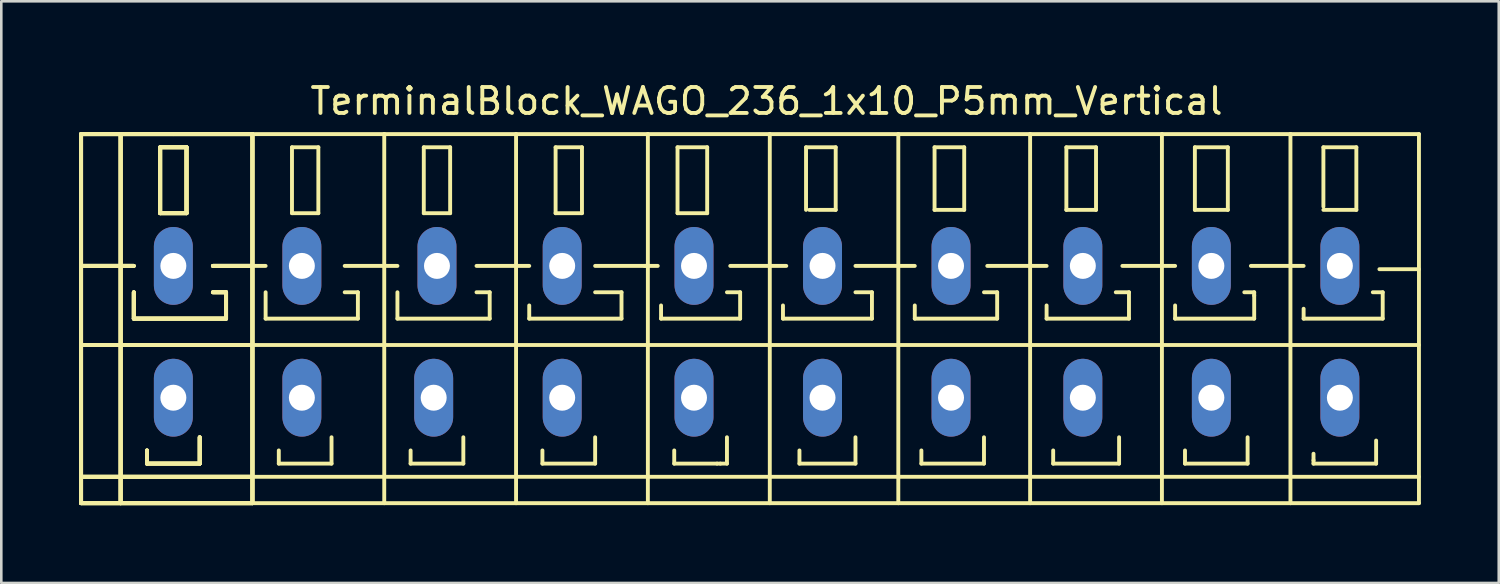
<source format=kicad_pcb>
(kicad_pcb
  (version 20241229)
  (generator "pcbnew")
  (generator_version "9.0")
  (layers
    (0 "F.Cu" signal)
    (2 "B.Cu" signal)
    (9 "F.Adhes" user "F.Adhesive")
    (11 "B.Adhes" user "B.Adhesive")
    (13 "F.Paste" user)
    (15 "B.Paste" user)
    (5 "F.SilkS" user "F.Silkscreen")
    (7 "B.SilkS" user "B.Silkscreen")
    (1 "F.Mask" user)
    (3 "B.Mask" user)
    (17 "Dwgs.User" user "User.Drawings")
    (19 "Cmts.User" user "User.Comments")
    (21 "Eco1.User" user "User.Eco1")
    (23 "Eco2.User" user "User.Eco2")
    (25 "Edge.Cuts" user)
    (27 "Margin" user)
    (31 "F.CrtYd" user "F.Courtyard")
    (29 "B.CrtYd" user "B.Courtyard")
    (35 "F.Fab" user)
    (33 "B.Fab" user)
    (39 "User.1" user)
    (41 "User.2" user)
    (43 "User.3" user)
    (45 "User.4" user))
  (footprint "TerminalBlock_WAGO_236_1x10_P5mm_Vertical"
    (layer "F.Cu")
    (at 26.491 9.738)
    (property "Reference" "TerminalBlock_WAGO_236_1x10_P5mm_Vertical" (at 0 -8.89 0) (layer "F.SilkS") (effects (font (size 1 1) (thickness 0.15))))
    (attr through_hole)
    (fp_line (start -26.416 -7.62) (end -24.892 -7.62) (stroke (width 0.15) (type solid)) (layer "F.SilkS"))
    (fp_line (start -26.416 -7.62) (end -24.892 -7.62) (stroke (width 0.15) (type solid)) (layer "F.SilkS"))
    (fp_line (start -26.416 -7.62) (end -24.892 -7.62) (stroke (width 0.15) (type solid)) (layer "F.SilkS"))
    (fp_line (start -26.416 -7.62) (end -24.892 -7.62) (stroke (width 0.15) (type solid)) (layer "F.SilkS"))
    (fp_line (start -26.416 -2.54) (end -24.384 -2.54) (stroke (width 0.15) (type solid)) (layer "F.SilkS"))
    (fp_line (start -26.416 -2.54) (end -24.384 -2.54) (stroke (width 0.15) (type solid)) (layer "F.SilkS"))
    (fp_line (start -26.416 -2.54) (end -24.384 -2.54) (stroke (width 0.15) (type solid)) (layer "F.SilkS"))
    (fp_line (start -26.416 -2.54) (end -24.384 -2.54) (stroke (width 0.15) (type solid)) (layer "F.SilkS"))
    (fp_line (start -26.416 0.508) (end -19.812 0.508) (stroke (width 0.15) (type solid)) (layer "F.SilkS"))
    (fp_line (start -26.416 0.508) (end -19.812 0.508) (stroke (width 0.15) (type solid)) (layer "F.SilkS"))
    (fp_line (start -26.416 0.508) (end -19.812 0.508) (stroke (width 0.15) (type solid)) (layer "F.SilkS"))
    (fp_line (start -26.416 0.508) (end -19.812 0.508) (stroke (width 0.15) (type solid)) (layer "F.SilkS"))
    (fp_line (start -26.416 5.588) (end -19.812 5.588) (stroke (width 0.15) (type solid)) (layer "F.SilkS"))
    (fp_line (start -26.416 5.588) (end -19.812 5.588) (stroke (width 0.15) (type solid)) (layer "F.SilkS"))
    (fp_line (start -26.416 5.588) (end -19.812 5.588) (stroke (width 0.15) (type solid)) (layer "F.SilkS"))
    (fp_line (start -26.416 5.588) (end -19.812 5.588) (stroke (width 0.15) (type solid)) (layer "F.SilkS"))
    (fp_line (start -26.416 6.604) (end -26.416 -7.62) (stroke (width 0.15) (type solid)) (layer "F.SilkS"))
    (fp_line (start -26.416 6.604) (end -26.416 -7.62) (stroke (width 0.15) (type solid)) (layer "F.SilkS"))
    (fp_line (start -26.416 6.604) (end -26.416 -7.62) (stroke (width 0.15) (type solid)) (layer "F.SilkS"))
    (fp_line (start -26.416 6.604) (end -26.416 -7.62) (stroke (width 0.15) (type solid)) (layer "F.SilkS"))
    (fp_line (start -24.892 -7.62) (end -22.86 -7.62) (stroke (width 0.15) (type solid)) (layer "F.SilkS"))
    (fp_line (start -24.892 -7.62) (end -22.86 -7.62) (stroke (width 0.15) (type solid)) (layer "F.SilkS"))
    (fp_line (start -24.892 -7.62) (end -22.86 -7.62) (stroke (width 0.15) (type solid)) (layer "F.SilkS"))
    (fp_line (start -24.892 -7.62) (end -22.86 -7.62) (stroke (width 0.15) (type solid)) (layer "F.SilkS"))
    (fp_line (start -24.892 6.604) (end -26.416 6.604) (stroke (width 0.15) (type solid)) (layer "F.SilkS"))
    (fp_line (start -24.892 6.604) (end -26.416 6.604) (stroke (width 0.15) (type solid)) (layer "F.SilkS"))
    (fp_line (start -24.892 6.604) (end -26.416 6.604) (stroke (width 0.15) (type solid)) (layer "F.SilkS"))
    (fp_line (start -24.892 6.604) (end -26.416 6.604) (stroke (width 0.15) (type solid)) (layer "F.SilkS"))
    (fp_line (start -24.892 6.604) (end -24.892 -7.62) (stroke (width 0.15) (type solid)) (layer "F.SilkS"))
    (fp_line (start -24.892 6.604) (end -24.892 -7.62) (stroke (width 0.15) (type solid)) (layer "F.SilkS"))
    (fp_line (start -24.892 6.604) (end -24.892 -7.62) (stroke (width 0.15) (type solid)) (layer "F.SilkS"))
    (fp_line (start -24.892 6.604) (end -24.892 -7.62) (stroke (width 0.15) (type solid)) (layer "F.SilkS"))
    (fp_line (start -24.384 -1.524) (end -24.384 -0.508) (stroke (width 0.15) (type solid)) (layer "F.SilkS"))
    (fp_line (start -24.384 -1.524) (end -24.384 -0.508) (stroke (width 0.15) (type solid)) (layer "F.SilkS"))
    (fp_line (start -24.384 -1.524) (end -24.384 -0.508) (stroke (width 0.15) (type solid)) (layer "F.SilkS"))
    (fp_line (start -24.384 -1.524) (end -24.384 -0.508) (stroke (width 0.15) (type solid)) (layer "F.SilkS"))
    (fp_line (start -24.384 -0.508) (end -20.828 -0.508) (stroke (width 0.15) (type solid)) (layer "F.SilkS"))
    (fp_line (start -24.384 -0.508) (end -20.828 -0.508) (stroke (width 0.15) (type solid)) (layer "F.SilkS"))
    (fp_line (start -24.384 -0.508) (end -20.828 -0.508) (stroke (width 0.15) (type solid)) (layer "F.SilkS"))
    (fp_line (start -24.384 -0.508) (end -20.828 -0.508) (stroke (width 0.15) (type solid)) (layer "F.SilkS"))
    (fp_line (start -23.876 4.572) (end -23.876 5.08) (stroke (width 0.15) (type solid)) (layer "F.SilkS"))
    (fp_line (start -23.876 4.572) (end -23.876 5.08) (stroke (width 0.15) (type solid)) (layer "F.SilkS"))
    (fp_line (start -23.876 4.572) (end -23.876 5.08) (stroke (width 0.15) (type solid)) (layer "F.SilkS"))
    (fp_line (start -23.876 4.572) (end -23.876 5.08) (stroke (width 0.15) (type solid)) (layer "F.SilkS"))
    (fp_line (start -23.876 5.08) (end -21.844 5.08) (stroke (width 0.15) (type solid)) (layer "F.SilkS"))
    (fp_line (start -23.876 5.08) (end -21.844 5.08) (stroke (width 0.15) (type solid)) (layer "F.SilkS"))
    (fp_line (start -23.876 5.08) (end -21.844 5.08) (stroke (width 0.15) (type solid)) (layer "F.SilkS"))
    (fp_line (start -23.876 5.08) (end -21.844 5.08) (stroke (width 0.15) (type solid)) (layer "F.SilkS"))
    (fp_line (start -23.368 -7.112) (end -22.352 -7.112) (stroke (width 0.15) (type solid)) (layer "F.SilkS"))
    (fp_line (start -23.368 -7.112) (end -22.352 -7.112) (stroke (width 0.15) (type solid)) (layer "F.SilkS"))
    (fp_line (start -23.368 -7.112) (end -22.352 -7.112) (stroke (width 0.15) (type solid)) (layer "F.SilkS"))
    (fp_line (start -23.368 -7.112) (end -22.352 -7.112) (stroke (width 0.15) (type solid)) (layer "F.SilkS"))
    (fp_line (start -23.368 -4.572) (end -23.368 -7.112) (stroke (width 0.15) (type solid)) (layer "F.SilkS"))
    (fp_line (start -23.368 -4.572) (end -23.368 -7.112) (stroke (width 0.15) (type solid)) (layer "F.SilkS"))
    (fp_line (start -23.368 -4.572) (end -23.368 -7.112) (stroke (width 0.15) (type solid)) (layer "F.SilkS"))
    (fp_line (start -23.368 -4.572) (end -23.368 -7.112) (stroke (width 0.15) (type solid)) (layer "F.SilkS"))
    (fp_line (start -22.86 -7.62) (end -19.812 -7.62) (stroke (width 0.15) (type solid)) (layer "F.SilkS"))
    (fp_line (start -22.86 -7.62) (end -19.812 -7.62) (stroke (width 0.15) (type solid)) (layer "F.SilkS"))
    (fp_line (start -22.86 -7.62) (end -19.812 -7.62) (stroke (width 0.15) (type solid)) (layer "F.SilkS"))
    (fp_line (start -22.86 -7.62) (end -19.812 -7.62) (stroke (width 0.15) (type solid)) (layer "F.SilkS"))
    (fp_line (start -22.352 -7.112) (end -22.352 -4.572) (stroke (width 0.15) (type solid)) (layer "F.SilkS"))
    (fp_line (start -22.352 -7.112) (end -22.352 -4.572) (stroke (width 0.15) (type solid)) (layer "F.SilkS"))
    (fp_line (start -22.352 -7.112) (end -22.352 -4.572) (stroke (width 0.15) (type solid)) (layer "F.SilkS"))
    (fp_line (start -22.352 -7.112) (end -22.352 -4.572) (stroke (width 0.15) (type solid)) (layer "F.SilkS"))
    (fp_line (start -22.352 -4.572) (end -23.368 -4.572) (stroke (width 0.15) (type solid)) (layer "F.SilkS"))
    (fp_line (start -22.352 -4.572) (end -23.368 -4.572) (stroke (width 0.15) (type solid)) (layer "F.SilkS"))
    (fp_line (start -22.352 -4.572) (end -23.368 -4.572) (stroke (width 0.15) (type solid)) (layer "F.SilkS"))
    (fp_line (start -22.352 -4.572) (end -23.368 -4.572) (stroke (width 0.15) (type solid)) (layer "F.SilkS"))
    (fp_line (start -21.844 5.08) (end -21.844 4.064) (stroke (width 0.15) (type solid)) (layer "F.SilkS"))
    (fp_line (start -21.844 5.08) (end -21.844 4.064) (stroke (width 0.15) (type solid)) (layer "F.SilkS"))
    (fp_line (start -21.844 5.08) (end -21.844 4.064) (stroke (width 0.15) (type solid)) (layer "F.SilkS"))
    (fp_line (start -21.844 5.08) (end -21.844 4.064) (stroke (width 0.15) (type solid)) (layer "F.SilkS"))
    (fp_line (start -21.336 -2.54) (end -19.812 -2.54) (stroke (width 0.15) (type solid)) (layer "F.SilkS"))
    (fp_line (start -21.336 -2.54) (end -19.812 -2.54) (stroke (width 0.15) (type solid)) (layer "F.SilkS"))
    (fp_line (start -21.336 -2.54) (end -19.812 -2.54) (stroke (width 0.15) (type solid)) (layer "F.SilkS"))
    (fp_line (start -21.336 -2.54) (end -19.812 -2.54) (stroke (width 0.15) (type solid)) (layer "F.SilkS"))
    (fp_line (start -20.828 -1.524) (end -21.336 -1.524) (stroke (width 0.15) (type solid)) (layer "F.SilkS"))
    (fp_line (start -20.828 -1.524) (end -21.336 -1.524) (stroke (width 0.15) (type solid)) (layer "F.SilkS"))
    (fp_line (start -20.828 -1.524) (end -21.336 -1.524) (stroke (width 0.15) (type solid)) (layer "F.SilkS"))
    (fp_line (start -20.828 -1.524) (end -21.336 -1.524) (stroke (width 0.15) (type solid)) (layer "F.SilkS"))
    (fp_line (start -20.828 -0.508) (end -20.828 -1.524) (stroke (width 0.15) (type solid)) (layer "F.SilkS"))
    (fp_line (start -20.828 -0.508) (end -20.828 -1.524) (stroke (width 0.15) (type solid)) (layer "F.SilkS"))
    (fp_line (start -20.828 -0.508) (end -20.828 -1.524) (stroke (width 0.15) (type solid)) (layer "F.SilkS"))
    (fp_line (start -20.828 -0.508) (end -20.828 -1.524) (stroke (width 0.15) (type solid)) (layer "F.SilkS"))
    (fp_line (start -19.812 -7.62) (end -19.812 6.604) (stroke (width 0.15) (type solid)) (layer "F.SilkS"))
    (fp_line (start -19.812 -7.62) (end -19.812 6.604) (stroke (width 0.15) (type solid)) (layer "F.SilkS"))
    (fp_line (start -19.812 -7.62) (end -19.812 6.604) (stroke (width 0.15) (type solid)) (layer "F.SilkS"))
    (fp_line (start -19.812 -7.62) (end -19.812 6.604) (stroke (width 0.15) (type solid)) (layer "F.SilkS"))
    (fp_line (start -19.812 -2.54) (end -19.304 -2.54) (stroke (width 0.15) (type solid)) (layer "F.SilkS"))
    (fp_line (start -19.812 0.508) (end -14.732 0.508) (stroke (width 0.15) (type solid)) (layer "F.SilkS"))
    (fp_line (start -19.812 5.588) (end -14.732 5.588) (stroke (width 0.15) (type solid)) (layer "F.SilkS"))
    (fp_line (start -19.812 6.604) (end -24.892 6.604) (stroke (width 0.15) (type solid)) (layer "F.SilkS"))
    (fp_line (start -19.812 6.604) (end -24.892 6.604) (stroke (width 0.15) (type solid)) (layer "F.SilkS"))
    (fp_line (start -19.812 6.604) (end -24.892 6.604) (stroke (width 0.15) (type solid)) (layer "F.SilkS"))
    (fp_line (start -19.812 6.604) (end -24.892 6.604) (stroke (width 0.15) (type solid)) (layer "F.SilkS"))
    (fp_line (start -19.812 6.604) (end -14.732 6.604) (stroke (width 0.15) (type solid)) (layer "F.SilkS"))
    (fp_line (start -19.304 -1.524) (end -19.304 -0.508) (stroke (width 0.15) (type solid)) (layer "F.SilkS"))
    (fp_line (start -19.304 -0.508) (end -15.748 -0.508) (stroke (width 0.15) (type solid)) (layer "F.SilkS"))
    (fp_line (start -18.796 4.572) (end -18.796 5.08) (stroke (width 0.15) (type solid)) (layer "F.SilkS"))
    (fp_line (start -18.796 5.08) (end -16.764 5.08) (stroke (width 0.15) (type solid)) (layer "F.SilkS"))
    (fp_line (start -18.288 -7.112) (end -18.288 -4.572) (stroke (width 0.15) (type solid)) (layer "F.SilkS"))
    (fp_line (start -18.288 -4.572) (end -17.272 -4.572) (stroke (width 0.15) (type solid)) (layer "F.SilkS"))
    (fp_line (start -17.272 -7.112) (end -18.288 -7.112) (stroke (width 0.15) (type solid)) (layer "F.SilkS"))
    (fp_line (start -17.272 -4.572) (end -17.272 -7.112) (stroke (width 0.15) (type solid)) (layer "F.SilkS"))
    (fp_line (start -16.764 5.08) (end -16.764 4.064) (stroke (width 0.15) (type solid)) (layer "F.SilkS"))
    (fp_line (start -16.256 -2.54) (end -14.732 -2.54) (stroke (width 0.15) (type solid)) (layer "F.SilkS"))
    (fp_line (start -15.748 -1.524) (end -16.256 -1.524) (stroke (width 0.15) (type solid)) (layer "F.SilkS"))
    (fp_line (start -15.748 -0.508) (end -15.748 -1.524) (stroke (width 0.15) (type solid)) (layer "F.SilkS"))
    (fp_line (start -14.732 -7.62) (end -19.812 -7.62) (stroke (width 0.15) (type solid)) (layer "F.SilkS"))
    (fp_line (start -14.732 -2.54) (end -14.224 -2.54) (stroke (width 0.15) (type solid)) (layer "F.SilkS"))
    (fp_line (start -14.732 0.508) (end -9.652 0.508) (stroke (width 0.15) (type solid)) (layer "F.SilkS"))
    (fp_line (start -14.732 5.588) (end -9.652 5.588) (stroke (width 0.15) (type solid)) (layer "F.SilkS"))
    (fp_line (start -14.732 6.604) (end -14.732 -7.62) (stroke (width 0.15) (type solid)) (layer "F.SilkS"))
    (fp_line (start -14.732 6.604) (end -9.652 6.604) (stroke (width 0.15) (type solid)) (layer "F.SilkS"))
    (fp_line (start -14.224 -1.524) (end -14.224 -0.508) (stroke (width 0.15) (type solid)) (layer "F.SilkS"))
    (fp_line (start -14.224 -0.508) (end -10.668 -0.508) (stroke (width 0.15) (type solid)) (layer "F.SilkS"))
    (fp_line (start -13.716 4.572) (end -13.716 5.08) (stroke (width 0.15) (type solid)) (layer "F.SilkS"))
    (fp_line (start -13.716 5.08) (end -11.684 5.08) (stroke (width 0.15) (type solid)) (layer "F.SilkS"))
    (fp_line (start -13.208 -7.112) (end -13.208 -4.572) (stroke (width 0.15) (type solid)) (layer "F.SilkS"))
    (fp_line (start -13.208 -4.572) (end -12.192 -4.572) (stroke (width 0.15) (type solid)) (layer "F.SilkS"))
    (fp_line (start -12.192 -7.112) (end -13.208 -7.112) (stroke (width 0.15) (type solid)) (layer "F.SilkS"))
    (fp_line (start -12.192 -4.572) (end -12.192 -7.112) (stroke (width 0.15) (type solid)) (layer "F.SilkS"))
    (fp_line (start -11.684 5.08) (end -11.684 4.064) (stroke (width 0.15) (type solid)) (layer "F.SilkS"))
    (fp_line (start -11.176 -2.54) (end -9.652 -2.54) (stroke (width 0.15) (type solid)) (layer "F.SilkS"))
    (fp_line (start -10.668 -1.524) (end -11.176 -1.524) (stroke (width 0.15) (type solid)) (layer "F.SilkS"))
    (fp_line (start -10.668 -0.508) (end -10.668 -1.524) (stroke (width 0.15) (type solid)) (layer "F.SilkS"))
    (fp_line (start -9.652 -7.62) (end -14.732 -7.62) (stroke (width 0.15) (type solid)) (layer "F.SilkS"))
    (fp_line (start -9.652 -2.54) (end -9.144 -2.54) (stroke (width 0.15) (type solid)) (layer "F.SilkS"))
    (fp_line (start -9.652 0.508) (end -4.572 0.508) (stroke (width 0.15) (type solid)) (layer "F.SilkS"))
    (fp_line (start -9.652 5.588) (end -4.572 5.588) (stroke (width 0.15) (type solid)) (layer "F.SilkS"))
    (fp_line (start -9.652 6.604) (end -9.652 -7.62) (stroke (width 0.15) (type solid)) (layer "F.SilkS"))
    (fp_line (start -9.652 6.604) (end -4.572 6.604) (stroke (width 0.15) (type solid)) (layer "F.SilkS"))
    (fp_line (start -9.144 -1.016) (end -9.144 -0.508) (stroke (width 0.15) (type solid)) (layer "F.SilkS"))
    (fp_line (start -9.144 -0.508) (end -5.588 -0.508) (stroke (width 0.15) (type solid)) (layer "F.SilkS"))
    (fp_line (start -8.636 4.572) (end -8.636 5.08) (stroke (width 0.15) (type solid)) (layer "F.SilkS"))
    (fp_line (start -8.636 5.08) (end -6.604 5.08) (stroke (width 0.15) (type solid)) (layer "F.SilkS"))
    (fp_line (start -8.128 -7.112) (end -8.128 -4.572) (stroke (width 0.15) (type solid)) (layer "F.SilkS"))
    (fp_line (start -8.128 -4.572) (end -7.112 -4.572) (stroke (width 0.15) (type solid)) (layer "F.SilkS"))
    (fp_line (start -7.112 -7.112) (end -8.128 -7.112) (stroke (width 0.15) (type solid)) (layer "F.SilkS"))
    (fp_line (start -7.112 -4.572) (end -7.112 -7.112) (stroke (width 0.15) (type solid)) (layer "F.SilkS"))
    (fp_line (start -6.604 -2.54) (end -4.572 -2.54) (stroke (width 0.15) (type solid)) (layer "F.SilkS"))
    (fp_line (start -6.604 5.08) (end -6.604 4.064) (stroke (width 0.15) (type solid)) (layer "F.SilkS"))
    (fp_line (start -5.588 -1.524) (end -6.604 -1.524) (stroke (width 0.15) (type solid)) (layer "F.SilkS"))
    (fp_line (start -5.588 -0.508) (end -5.588 -1.524) (stroke (width 0.15) (type solid)) (layer "F.SilkS"))
    (fp_line (start -4.699 -2.54) (end -4.191 -2.54) (stroke (width 0.15) (type solid)) (layer "F.SilkS"))
    (fp_line (start -4.572 -7.62) (end -9.652 -7.62) (stroke (width 0.15) (type solid)) (layer "F.SilkS"))
    (fp_line (start -4.572 0.508) (end 0.127 0.508) (stroke (width 0.15) (type solid)) (layer "F.SilkS"))
    (fp_line (start -4.572 5.588) (end 0.127 5.588) (stroke (width 0.15) (type solid)) (layer "F.SilkS"))
    (fp_line (start -4.572 6.604) (end -4.572 -7.62) (stroke (width 0.15) (type solid)) (layer "F.SilkS"))
    (fp_line (start -4.572 6.604) (end 0.127 6.604) (stroke (width 0.15) (type solid)) (layer "F.SilkS"))
    (fp_line (start -4.064 -1.016) (end -4.064 -0.508) (stroke (width 0.15) (type solid)) (layer "F.SilkS"))
    (fp_line (start -4.064 -0.508) (end -1.016 -0.508) (stroke (width 0.15) (type solid)) (layer "F.SilkS"))
    (fp_line (start -3.556 4.572) (end -3.556 5.08) (stroke (width 0.15) (type solid)) (layer "F.SilkS"))
    (fp_line (start -3.556 5.08) (end -1.905 5.08) (stroke (width 0.15) (type solid)) (layer "F.SilkS"))
    (fp_line (start -3.429 -7.112) (end -2.286 -7.112) (stroke (width 0.15) (type solid)) (layer "F.SilkS"))
    (fp_line (start -3.429 -4.572) (end -3.429 -7.112) (stroke (width 0.15) (type solid)) (layer "F.SilkS"))
    (fp_line (start -2.286 -7.112) (end -2.286 -4.572) (stroke (width 0.15) (type solid)) (layer "F.SilkS"))
    (fp_line (start -2.286 -4.572) (end -3.429 -4.572) (stroke (width 0.15) (type solid)) (layer "F.SilkS"))
    (fp_line (start -1.905 5.08) (end -1.778 5.08) (stroke (width 0.15) (type solid)) (layer "F.SilkS"))
    (fp_line (start -1.778 5.08) (end -1.524 5.08) (stroke (width 0.15) (type solid)) (layer "F.SilkS"))
    (fp_line (start -1.524 5.08) (end -1.524 4.064) (stroke (width 0.15) (type solid)) (layer "F.SilkS"))
    (fp_line (start -1.397 -2.54) (end 0.127 -2.54) (stroke (width 0.15) (type solid)) (layer "F.SilkS"))
    (fp_line (start -1.016 -1.524) (end -1.524 -1.524) (stroke (width 0.15) (type solid)) (layer "F.SilkS"))
    (fp_line (start -1.016 -0.508) (end -1.016 -1.524) (stroke (width 0.15) (type solid)) (layer "F.SilkS"))
    (fp_line (start 0.127 -7.62) (end -4.572 -7.62) (stroke (width 0.15) (type solid)) (layer "F.SilkS"))
    (fp_line (start 0.127 -2.54) (end 0.762 -2.54) (stroke (width 0.15) (type solid)) (layer "F.SilkS"))
    (fp_line (start 0.127 0.508) (end 5.08 0.508) (stroke (width 0.15) (type solid)) (layer "F.SilkS"))
    (fp_line (start 0.127 5.588) (end 5.08 5.588) (stroke (width 0.15) (type solid)) (layer "F.SilkS"))
    (fp_line (start 0.127 6.604) (end 0.127 -7.62) (stroke (width 0.15) (type solid)) (layer "F.SilkS"))
    (fp_line (start 0.127 6.604) (end 5.08 6.604) (stroke (width 0.15) (type solid)) (layer "F.SilkS"))
    (fp_line (start 0.635 -1.016) (end 0.635 -0.508) (stroke (width 0.15) (type solid)) (layer "F.SilkS"))
    (fp_line (start 0.635 -0.508) (end 4.064 -0.508) (stroke (width 0.15) (type solid)) (layer "F.SilkS"))
    (fp_line (start 1.27 4.572) (end 1.27 5.08) (stroke (width 0.15) (type solid)) (layer "F.SilkS"))
    (fp_line (start 1.27 5.08) (end 3.429 5.08) (stroke (width 0.15) (type solid)) (layer "F.SilkS"))
    (fp_line (start 1.524 -7.112) (end 1.524 -4.699) (stroke (width 0.15) (type solid)) (layer "F.SilkS"))
    (fp_line (start 1.651 -4.699) (end 2.667 -4.699) (stroke (width 0.15) (type solid)) (layer "F.SilkS"))
    (fp_line (start 2.667 -7.112) (end 1.524 -7.112) (stroke (width 0.15) (type solid)) (layer "F.SilkS"))
    (fp_line (start 2.667 -4.699) (end 2.667 -7.112) (stroke (width 0.15) (type solid)) (layer "F.SilkS"))
    (fp_line (start 3.429 -2.54) (end 5.08 -2.54) (stroke (width 0.15) (type solid)) (layer "F.SilkS"))
    (fp_line (start 3.429 5.08) (end 3.429 4.064) (stroke (width 0.15) (type solid)) (layer "F.SilkS"))
    (fp_line (start 4.064 -1.524) (end 3.429 -1.524) (stroke (width 0.15) (type solid)) (layer "F.SilkS"))
    (fp_line (start 4.064 -0.508) (end 4.064 -1.524) (stroke (width 0.15) (type solid)) (layer "F.SilkS"))
    (fp_line (start 5.08 -7.62) (end 0.127 -7.62) (stroke (width 0.15) (type solid)) (layer "F.SilkS"))
    (fp_line (start 5.08 -2.54) (end 5.715 -2.54) (stroke (width 0.15) (type solid)) (layer "F.SilkS"))
    (fp_line (start 5.08 0.508) (end 10.16 0.508) (stroke (width 0.15) (type solid)) (layer "F.SilkS"))
    (fp_line (start 5.08 5.588) (end 10.16 5.588) (stroke (width 0.15) (type solid)) (layer "F.SilkS"))
    (fp_line (start 5.08 6.604) (end 5.08 -7.62) (stroke (width 0.15) (type solid)) (layer "F.SilkS"))
    (fp_line (start 5.08 6.604) (end 10.16 6.604) (stroke (width 0.15) (type solid)) (layer "F.SilkS"))
    (fp_line (start 5.715 -1.016) (end 5.715 -0.508) (stroke (width 0.15) (type solid)) (layer "F.SilkS"))
    (fp_line (start 5.715 -0.508) (end 8.89 -0.508) (stroke (width 0.15) (type solid)) (layer "F.SilkS"))
    (fp_line (start 5.969 4.572) (end 5.969 5.08) (stroke (width 0.15) (type solid)) (layer "F.SilkS"))
    (fp_line (start 5.969 5.08) (end 8.382 5.08) (stroke (width 0.15) (type solid)) (layer "F.SilkS"))
    (fp_line (start 6.477 -7.112) (end 6.477 -4.699) (stroke (width 0.15) (type solid)) (layer "F.SilkS"))
    (fp_line (start 6.477 -4.699) (end 7.62 -4.699) (stroke (width 0.15) (type solid)) (layer "F.SilkS"))
    (fp_line (start 7.62 -7.112) (end 6.477 -7.112) (stroke (width 0.15) (type solid)) (layer "F.SilkS"))
    (fp_line (start 7.62 -4.699) (end 7.62 -7.112) (stroke (width 0.15) (type solid)) (layer "F.SilkS"))
    (fp_line (start 8.382 5.08) (end 8.382 4.064) (stroke (width 0.15) (type solid)) (layer "F.SilkS"))
    (fp_line (start 8.509 -2.54) (end 10.16 -2.54) (stroke (width 0.15) (type solid)) (layer "F.SilkS"))
    (fp_line (start 8.89 -1.524) (end 8.382 -1.524) (stroke (width 0.15) (type solid)) (layer "F.SilkS"))
    (fp_line (start 8.89 -0.508) (end 8.89 -1.524) (stroke (width 0.15) (type solid)) (layer "F.SilkS"))
    (fp_line (start 10.16 -7.62) (end 5.08 -7.62) (stroke (width 0.15) (type solid)) (layer "F.SilkS"))
    (fp_line (start 10.16 -2.54) (end 10.795 -2.54) (stroke (width 0.15) (type solid)) (layer "F.SilkS"))
    (fp_line (start 10.16 0.508) (end 15.24 0.508) (stroke (width 0.15) (type solid)) (layer "F.SilkS"))
    (fp_line (start 10.16 5.588) (end 15.24 5.588) (stroke (width 0.15) (type solid)) (layer "F.SilkS"))
    (fp_line (start 10.16 6.604) (end 10.16 -7.62) (stroke (width 0.15) (type solid)) (layer "F.SilkS"))
    (fp_line (start 10.16 6.604) (end 15.24 6.604) (stroke (width 0.15) (type solid)) (layer "F.SilkS"))
    (fp_line (start 10.795 -1.016) (end 10.795 -0.508) (stroke (width 0.15) (type solid)) (layer "F.SilkS"))
    (fp_line (start 10.795 -0.508) (end 13.97 -0.508) (stroke (width 0.15) (type solid)) (layer "F.SilkS"))
    (fp_line (start 11.049 4.572) (end 11.049 5.08) (stroke (width 0.15) (type solid)) (layer "F.SilkS"))
    (fp_line (start 11.049 5.08) (end 13.589 5.08) (stroke (width 0.15) (type solid)) (layer "F.SilkS"))
    (fp_line (start 11.557 -7.112) (end 11.557 -4.699) (stroke (width 0.15) (type solid)) (layer "F.SilkS"))
    (fp_line (start 11.557 -4.699) (end 12.7 -4.699) (stroke (width 0.15) (type solid)) (layer "F.SilkS"))
    (fp_line (start 12.7 -7.112) (end 11.557 -7.112) (stroke (width 0.15) (type solid)) (layer "F.SilkS"))
    (fp_line (start 12.7 -4.699) (end 12.7 -7.112) (stroke (width 0.15) (type solid)) (layer "F.SilkS"))
    (fp_line (start 13.589 5.08) (end 13.589 4.064) (stroke (width 0.15) (type solid)) (layer "F.SilkS"))
    (fp_line (start 13.716 -2.54) (end 15.24 -2.54) (stroke (width 0.15) (type solid)) (layer "F.SilkS"))
    (fp_line (start 13.97 -1.524) (end 13.462 -1.524) (stroke (width 0.15) (type solid)) (layer "F.SilkS"))
    (fp_line (start 13.97 -0.508) (end 13.97 -1.524) (stroke (width 0.15) (type solid)) (layer "F.SilkS"))
    (fp_line (start 15.24 -7.62) (end 10.16 -7.62) (stroke (width 0.15) (type solid)) (layer "F.SilkS"))
    (fp_line (start 15.24 -2.54) (end 15.748 -2.54) (stroke (width 0.15) (type solid)) (layer "F.SilkS"))
    (fp_line (start 15.24 0.508) (end 20.193 0.508) (stroke (width 0.15) (type solid)) (layer "F.SilkS"))
    (fp_line (start 15.24 5.588) (end 20.193 5.588) (stroke (width 0.15) (type solid)) (layer "F.SilkS"))
    (fp_line (start 15.24 6.604) (end 15.24 -7.62) (stroke (width 0.15) (type solid)) (layer "F.SilkS"))
    (fp_line (start 15.24 6.604) (end 20.193 6.604) (stroke (width 0.15) (type solid)) (layer "F.SilkS"))
    (fp_line (start 15.748 -1.016) (end 15.748 -0.508) (stroke (width 0.15) (type solid)) (layer "F.SilkS"))
    (fp_line (start 15.748 -0.508) (end 18.796 -0.508) (stroke (width 0.15) (type solid)) (layer "F.SilkS"))
    (fp_line (start 16.129 4.572) (end 16.129 5.08) (stroke (width 0.15) (type solid)) (layer "F.SilkS"))
    (fp_line (start 16.129 5.08) (end 18.542 5.08) (stroke (width 0.15) (type solid)) (layer "F.SilkS"))
    (fp_line (start 16.51 -7.112) (end 16.51 -4.699) (stroke (width 0.15) (type solid)) (layer "F.SilkS"))
    (fp_line (start 16.51 -4.699) (end 17.78 -4.699) (stroke (width 0.15) (type solid)) (layer "F.SilkS"))
    (fp_line (start 17.78 -7.112) (end 16.51 -7.112) (stroke (width 0.15) (type solid)) (layer "F.SilkS"))
    (fp_line (start 17.78 -4.699) (end 17.78 -7.112) (stroke (width 0.15) (type solid)) (layer "F.SilkS"))
    (fp_line (start 18.542 5.08) (end 18.542 4.064) (stroke (width 0.15) (type solid)) (layer "F.SilkS"))
    (fp_line (start 18.669 -2.54) (end 20.193 -2.54) (stroke (width 0.15) (type solid)) (layer "F.SilkS"))
    (fp_line (start 18.796 -1.524) (end 18.415 -1.524) (stroke (width 0.15) (type solid)) (layer "F.SilkS"))
    (fp_line (start 18.796 -1.397) (end 18.796 -1.524) (stroke (width 0.15) (type solid)) (layer "F.SilkS"))
    (fp_line (start 18.796 -0.508) (end 18.796 -1.397) (stroke (width 0.15) (type solid)) (layer "F.SilkS"))
    (fp_line (start 20.193 -7.62) (end 15.24 -7.62) (stroke (width 0.15) (type solid)) (layer "F.SilkS"))
    (fp_line (start 20.193 -2.54) (end 20.701 -2.54) (stroke (width 0.15) (type solid)) (layer "F.SilkS"))
    (fp_line (start 20.193 0.508) (end 25.146 0.508) (stroke (width 0.15) (type solid)) (layer "F.SilkS"))
    (fp_line (start 20.193 5.588) (end 25.146 5.588) (stroke (width 0.15) (type solid)) (layer "F.SilkS"))
    (fp_line (start 20.193 6.604) (end 20.193 -7.62) (stroke (width 0.15) (type solid)) (layer "F.SilkS"))
    (fp_line (start 20.193 6.604) (end 25.146 6.604) (stroke (width 0.15) (type solid)) (layer "F.SilkS"))
    (fp_line (start 20.701 -0.889) (end 20.701 -0.508) (stroke (width 0.15) (type solid)) (layer "F.SilkS"))
    (fp_line (start 20.701 -0.508) (end 23.749 -0.508) (stroke (width 0.15) (type solid)) (layer "F.SilkS"))
    (fp_line (start 21.082 4.699) (end 21.082 4.953) (stroke (width 0.15) (type solid)) (layer "F.SilkS"))
    (fp_line (start 21.082 4.953) (end 21.082 5.08) (stroke (width 0.15) (type solid)) (layer "F.SilkS"))
    (fp_line (start 21.082 5.08) (end 23.495 5.08) (stroke (width 0.15) (type solid)) (layer "F.SilkS"))
    (fp_line (start 21.463 -7.112) (end 21.463 -4.826) (stroke (width 0.15) (type solid)) (layer "F.SilkS"))
    (fp_line (start 21.463 -4.699) (end 22.733 -4.699) (stroke (width 0.15) (type solid)) (layer "F.SilkS"))
    (fp_line (start 22.733 -7.112) (end 21.463 -7.112) (stroke (width 0.15) (type solid)) (layer "F.SilkS"))
    (fp_line (start 22.733 -4.699) (end 22.733 -7.112) (stroke (width 0.15) (type solid)) (layer "F.SilkS"))
    (fp_line (start 23.495 5.08) (end 23.495 4.191) (stroke (width 0.15) (type solid)) (layer "F.SilkS"))
    (fp_line (start 23.622 -2.413) (end 25.146 -2.413) (stroke (width 0.15) (type solid)) (layer "F.SilkS"))
    (fp_line (start 23.749 -1.524) (end 23.368 -1.524) (stroke (width 0.15) (type solid)) (layer "F.SilkS"))
    (fp_line (start 23.749 -0.508) (end 23.749 -1.524) (stroke (width 0.15) (type solid)) (layer "F.SilkS"))
    (fp_line (start 25.146 -7.62) (end 20.193 -7.62) (stroke (width 0.15) (type solid)) (layer "F.SilkS"))
    (fp_line (start 25.146 6.604) (end 25.146 -7.62) (stroke (width 0.15) (type solid)) (layer "F.SilkS"))
    (pad "1" thru_hole oval (at -22.86 -2.54 90) (size 3 1.501) (drill 1.001) (layers "*.Cu" "*.Mask"))
    (pad "1" thru_hole oval (at -22.86 2.54 90) (size 3 1.501) (drill 1.001) (layers "*.Cu" "*.Mask"))
    (pad "2" thru_hole oval (at -17.907 -2.54 90) (size 3 1.501) (drill 1.001) (layers "*.Cu" "*.Mask"))
    (pad "2" thru_hole oval (at -17.907 2.54 90) (size 3 1.501) (drill 1.001) (layers "*.Cu" "*.Mask"))
    (pad "3" thru_hole oval (at -12.827 2.54 90) (size 3 1.501) (drill 1.001) (layers "*.Cu" "*.Mask"))
    (pad "3" thru_hole oval (at -12.7 -2.54 90) (size 3 1.501) (drill 1.001) (layers "*.Cu" "*.Mask"))
    (pad "4" thru_hole oval (at -7.874 -2.54 90) (size 3 1.501) (drill 1.001) (layers "*.Cu" "*.Mask"))
    (pad "4" thru_hole oval (at -7.874 2.54 90) (size 3 1.501) (drill 1.001) (layers "*.Cu" "*.Mask"))
    (pad "5" thru_hole oval (at -2.794 -2.54 90) (size 3 1.501) (drill 1.001) (layers "*.Cu" "*.Mask"))
    (pad "5" thru_hole oval (at -2.794 2.54 90) (size 3 1.501) (drill 1.001) (layers "*.Cu" "*.Mask"))
    (pad "6" thru_hole oval (at 2.159 -2.54 90) (size 3 1.501) (drill 1.001) (layers "*.Cu" "*.Mask"))
    (pad "6" thru_hole oval (at 2.159 2.54 90) (size 3 1.501) (drill 1.001) (layers "*.Cu" "*.Mask"))
    (pad "7" thru_hole oval (at 7.112 -2.54 90) (size 3 1.501) (drill 1.001) (layers "*.Cu" "*.Mask"))
    (pad "7" thru_hole oval (at 7.112 2.54 90) (size 3 1.501) (drill 1.001) (layers "*.Cu" "*.Mask"))
    (pad "8" thru_hole oval (at 12.192 -2.54 90) (size 3 1.501) (drill 1.001) (layers "*.Cu" "*.Mask"))
    (pad "8" thru_hole oval (at 12.192 2.54 90) (size 3 1.501) (drill 1.001) (layers "*.Cu" "*.Mask"))
    (pad "9" thru_hole oval (at 17.145 -2.54 90) (size 3 1.501) (drill 1.001) (layers "*.Cu" "*.Mask"))
    (pad "9" thru_hole oval (at 17.145 2.54 90) (size 3 1.501) (drill 1.001) (layers "*.Cu" "*.Mask"))
    (pad "10" thru_hole oval (at 22.098 -2.54 90) (size 3 1.501) (drill 1.001) (layers "*.Cu" "*.Mask"))
    (pad "10" thru_hole oval (at 22.098 2.54 90) (size 3 1.501) (drill 1.001) (layers "*.Cu" "*.Mask")))
  (gr_rect
    (start -3 -3)
    (end 54.712 19.417)
    (stroke (width 0.1) (type default))
    (fill no)
    (layer "Edge.Cuts")))
</source>
